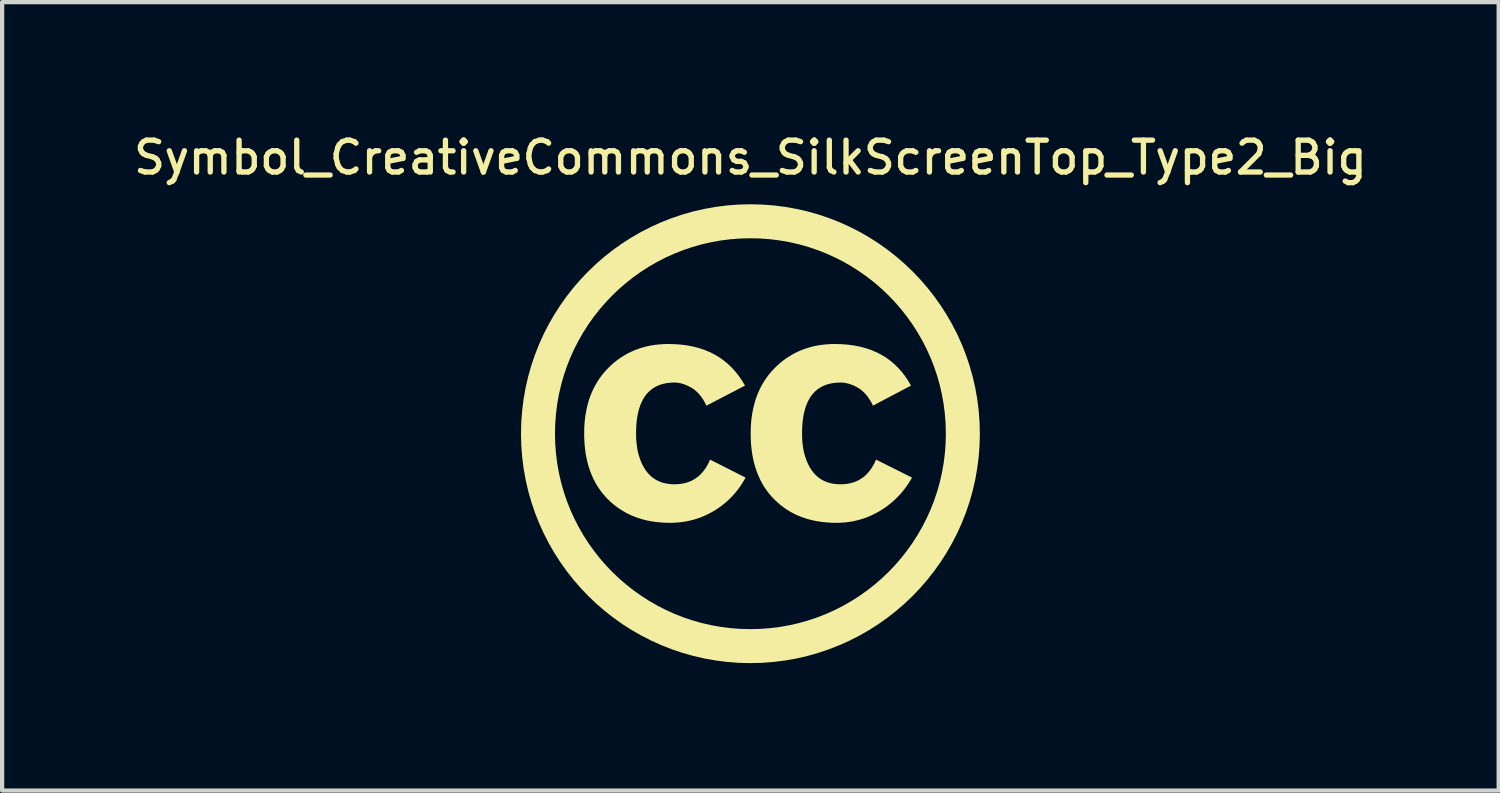
<source format=kicad_pcb>
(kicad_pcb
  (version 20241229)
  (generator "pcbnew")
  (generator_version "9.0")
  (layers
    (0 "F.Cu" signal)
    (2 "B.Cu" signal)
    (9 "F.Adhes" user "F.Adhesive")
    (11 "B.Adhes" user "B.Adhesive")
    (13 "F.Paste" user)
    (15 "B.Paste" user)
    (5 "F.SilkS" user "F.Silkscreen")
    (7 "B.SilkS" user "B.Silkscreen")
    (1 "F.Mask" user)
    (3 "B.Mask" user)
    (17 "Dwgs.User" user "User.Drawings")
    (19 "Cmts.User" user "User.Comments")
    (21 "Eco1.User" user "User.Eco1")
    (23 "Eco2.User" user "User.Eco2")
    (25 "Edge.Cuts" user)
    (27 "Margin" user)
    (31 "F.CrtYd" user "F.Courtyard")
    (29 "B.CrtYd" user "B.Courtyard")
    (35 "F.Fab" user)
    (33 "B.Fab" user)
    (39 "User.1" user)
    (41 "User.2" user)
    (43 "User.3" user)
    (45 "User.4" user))
  (footprint "Symbol_CreativeCommons_SilkScreenTop_Type2_Big"
    (layer "F.Cu")
    (at 14.613 7.158)
    (property "Reference" "Symbol_CreativeCommons_SilkScreenTop_Type2_Big" (at 0 -6.5 0) (layer "F.SilkS") (effects (font (size 0.75 0.75) (thickness 0.125))))
    (attr exclude_from_pos_files exclude_from_bom allow_missing_courtyard)
    (fp_circle (center 0 0) (end 5 0) (stroke (width 0.8) (type default)) (fill no) (layer "F.SilkS"))
    (fp_poly (pts (xy -1.775 -2.107) (xy -1.626 -2.096) (xy -1.483 -2.077) (xy -1.345 -2.05) (xy -1.213 -2.016) (xy -1.086 -1.974) (xy -0.965 -1.924) (xy -0.85 -1.867) (xy -0.74 -1.802) (xy -0.636 -1.729) (xy -0.537 -1.648) (xy -0.444 -1.56) (xy -0.357 -1.465) (xy -0.275 -1.361) (xy -0.198 -1.25) (xy -0.127 -1.132) (xy -0.127 -1.132) (xy -1.035 -0.66) (xy -1.053 -0.697) (xy -1.072 -0.733) (xy -1.092 -0.767) (xy -1.111 -0.8) (xy -1.132 -0.831) (xy -1.153 -0.861) (xy -1.174 -0.89) (xy -1.196 -0.917) (xy -1.219 -0.943) (xy -1.242 -0.967) (xy -1.266 -0.99) (xy -1.29 -1.011) (xy -1.314 -1.032) (xy -1.34 -1.05) (xy -1.365 -1.067) (xy -1.391 -1.083) (xy -1.418 -1.098) (xy -1.444 -1.112) (xy -1.47 -1.124) (xy -1.495 -1.136) (xy -1.521 -1.147) (xy -1.546 -1.157) (xy -1.571 -1.166) (xy -1.596 -1.174) (xy -1.62 -1.181) (xy -1.644 -1.187) (xy -1.668 -1.192) (xy -1.692 -1.197) (xy -1.715 -1.2) (xy -1.739 -1.202) (xy -1.762 -1.204) (xy -1.785 -1.204) (xy -1.84 -1.203) (xy -1.894 -1.199) (xy -1.947 -1.194) (xy -1.997 -1.185) (xy -2.046 -1.175) (xy -2.093 -1.162) (xy -2.138 -1.147) (xy -2.181 -1.129) (xy -2.223 -1.109) (xy -2.263 -1.087) (xy -2.301 -1.063) (xy -2.337 -1.036) (xy -2.372 -1.007) (xy -2.405 -0.975) (xy -2.436 -0.941) (xy -2.465 -0.905) (xy -2.492 -0.866) (xy -2.518 -0.825) (xy -2.542 -0.782) (xy -2.564 -0.736) (xy -2.585 -0.689) (xy -2.603 -0.638) (xy -2.62 -0.586) (xy -2.635 -0.531) (xy -2.648 -0.473) (xy -2.66 -0.414) (xy -2.67 -0.352) (xy -2.678 -0.287) (xy -2.684 -0.221) (xy -2.688 -0.152) (xy -2.691 -0.08) (xy -2.692 -0.007) (xy -2.691 0.06) (xy -2.688 0.126) (xy -2.684 0.19) (xy -2.677 0.252) (xy -2.669 0.312) (xy -2.66 0.371) (xy -2.648 0.428) (xy -2.634 0.483) (xy -2.619 0.536) (xy -2.602 0.588) (xy -2.583 0.638) (xy -2.563 0.687) (xy -2.54 0.734) (xy -2.516 0.779) (xy -2.49 0.822) (xy -2.462 0.864) (xy -2.433 0.903) (xy -2.401 0.94) (xy -2.368 0.975) (xy -2.334 1.007) (xy -2.316 1.022) (xy -2.297 1.036) (xy -2.278 1.05) (xy -2.259 1.063) (xy -2.239 1.075) (xy -2.219 1.087) (xy -2.199 1.098) (xy -2.178 1.109) (xy -2.135 1.128) (xy -2.09 1.145) (xy -2.043 1.159) (xy -1.995 1.17) (xy -1.945 1.179) (xy -1.893 1.186) (xy -1.84 1.189) (xy -1.785 1.191) (xy -1.712 1.188) (xy -1.642 1.182) (xy -1.575 1.17) (xy -1.51 1.154) (xy -1.448 1.134) (xy -1.389 1.109) (xy -1.333 1.079) (xy -1.28 1.045) (xy -1.229 1.007) (xy -1.181 0.964) (xy -1.135 0.916) (xy -1.093 0.864) (xy -1.053 0.807) (xy -1.016 0.746) (xy -0.981 0.68) (xy -0.95 0.61) (xy -0.115 1.033) (xy -0.149 1.095) (xy -0.185 1.154) (xy -0.222 1.212) (xy -0.261 1.268) (xy -0.302 1.323) (xy -0.344 1.376) (xy -0.388 1.427) (xy -0.433 1.477) (xy -0.48 1.524) (xy -0.528 1.571) (xy -0.578 1.615) (xy -0.63 1.658) (xy -0.684 1.7) (xy -0.739 1.739) (xy -0.795 1.777) (xy -0.853 1.814) (xy -0.913 1.848) (xy -0.973 1.88) (xy -1.033 1.91) (xy -1.095 1.938) (xy -1.157 1.964) (xy -1.22 1.987) (xy -1.284 2.008) (xy -1.349 2.027) (xy -1.414 2.043) (xy -1.481 2.058) (xy -1.547 2.07) (xy -1.615 2.08) (xy -1.684 2.088) (xy -1.753 2.093) (xy -1.823 2.097) (xy -1.893 2.098) (xy -2.005 2.096) (xy -2.115 2.089) (xy -2.221 2.078) (xy -2.325 2.063) (xy -2.426 2.044) (xy -2.524 2.02) (xy -2.62 1.991) (xy -2.713 1.959) (xy -2.803 1.922) (xy -2.89 1.881) (xy -2.975 1.835) (xy -3.057 1.785) (xy -3.136 1.731) (xy -3.213 1.672) (xy -3.286 1.609) (xy -3.357 1.541) (xy -3.424 1.47) (xy -3.487 1.396) (xy -3.546 1.317) (xy -3.6 1.236) (xy -3.65 1.151) (xy -3.696 1.063) (xy -3.737 0.971) (xy -3.774 0.876) (xy -3.807 0.778) (xy -3.835 0.676) (xy -3.859 0.571) (xy -3.879 0.462) (xy -3.894 0.35) (xy -3.905 0.235) (xy -3.911 0.116) (xy -3.913 -0.007) (xy -3.911 -0.126) (xy -3.905 -0.242) (xy -3.894 -0.355) (xy -3.878 -0.465) (xy -3.858 -0.572) (xy -3.834 -0.676) (xy -3.806 -0.777) (xy -3.773 -0.874) (xy -3.735 -0.969) (xy -3.694 -1.06) (xy -3.647 -1.148) (xy -3.597 -1.233) (xy -3.542 -1.315) (xy -3.483 -1.394) (xy -3.419 -1.47) (xy -3.351 -1.543) (xy -3.28 -1.611) (xy -3.206 -1.676) (xy -3.13 -1.736) (xy -3.051 -1.791) (xy -2.971 -1.842) (xy -2.888 -1.889) (xy -2.802 -1.931) (xy -2.714 -1.969) (xy -2.625 -2.002) (xy -2.532 -2.031) (xy -2.438 -2.056) (xy -2.341 -2.076) (xy -2.241 -2.091) (xy -2.14 -2.102) (xy -2.036 -2.109) (xy -1.93 -2.111)) (stroke (width 0) (type solid)) (fill yes) (layer "F.SilkS"))
    (fp_poly (pts (xy 2.144 -2.107) (xy 2.292 -2.096) (xy 2.435 -2.077) (xy 2.573 -2.05) (xy 2.705 -2.016) (xy 2.831 -1.974) (xy 2.951 -1.924) (xy 3.066 -1.867) (xy 3.175 -1.802) (xy 3.278 -1.729) (xy 3.376 -1.648) (xy 3.468 -1.56) (xy 3.554 -1.465) (xy 3.635 -1.361) (xy 3.71 -1.25) (xy 3.779 -1.132) (xy 3.779 -1.132) (xy 2.884 -0.66) (xy 2.866 -0.697) (xy 2.847 -0.733) (xy 2.828 -0.767) (xy 2.808 -0.8) (xy 2.787 -0.831) (xy 2.766 -0.861) (xy 2.745 -0.89) (xy 2.722 -0.917) (xy 2.7 -0.943) (xy 2.677 -0.967) (xy 2.653 -0.99) (xy 2.629 -1.011) (xy 2.604 -1.032) (xy 2.579 -1.05) (xy 2.554 -1.067) (xy 2.527 -1.083) (xy 2.501 -1.098) (xy 2.475 -1.112) (xy 2.449 -1.124) (xy 2.423 -1.136) (xy 2.397 -1.147) (xy 2.371 -1.157) (xy 2.345 -1.166) (xy 2.32 -1.174) (xy 2.295 -1.181) (xy 2.27 -1.187) (xy 2.245 -1.192) (xy 2.22 -1.197) (xy 2.195 -1.2) (xy 2.171 -1.202) (xy 2.146 -1.204) (xy 2.122 -1.204) (xy 2.067 -1.203) (xy 2.012 -1.199) (xy 1.96 -1.194) (xy 1.91 -1.185) (xy 1.861 -1.175) (xy 1.814 -1.162) (xy 1.769 -1.147) (xy 1.725 -1.129) (xy 1.684 -1.109) (xy 1.644 -1.087) (xy 1.606 -1.063) (xy 1.569 -1.036) (xy 1.535 -1.007) (xy 1.502 -0.975) (xy 1.471 -0.941) (xy 1.442 -0.905) (xy 1.414 -0.866) (xy 1.389 -0.825) (xy 1.365 -0.782) (xy 1.343 -0.736) (xy 1.322 -0.689) (xy 1.304 -0.638) (xy 1.287 -0.586) (xy 1.272 -0.531) (xy 1.258 -0.473) (xy 1.247 -0.414) (xy 1.237 -0.352) (xy 1.229 -0.287) (xy 1.223 -0.221) (xy 1.218 -0.152) (xy 1.216 -0.08) (xy 1.215 -0.007) (xy 1.216 0.06) (xy 1.219 0.126) (xy 1.223 0.19) (xy 1.229 0.252) (xy 1.237 0.312) (xy 1.247 0.371) (xy 1.259 0.428) (xy 1.272 0.483) (xy 1.288 0.536) (xy 1.305 0.588) (xy 1.324 0.638) (xy 1.344 0.687) (xy 1.367 0.734) (xy 1.391 0.779) (xy 1.417 0.822) (xy 1.445 0.864) (xy 1.474 0.903) (xy 1.506 0.94) (xy 1.539 0.975) (xy 1.556 0.991) (xy 1.573 1.007) (xy 1.591 1.022) (xy 1.61 1.036) (xy 1.628 1.05) (xy 1.648 1.063) (xy 1.667 1.075) (xy 1.687 1.087) (xy 1.708 1.098) (xy 1.729 1.109) (xy 1.772 1.128) (xy 1.817 1.145) (xy 1.864 1.159) (xy 1.912 1.17) (xy 1.962 1.179) (xy 2.014 1.186) (xy 2.067 1.189) (xy 2.122 1.191) (xy 2.195 1.188) (xy 2.265 1.182) (xy 2.332 1.17) (xy 2.397 1.154) (xy 2.458 1.134) (xy 2.517 1.109) (xy 2.574 1.079) (xy 2.627 1.045) (xy 2.678 1.007) (xy 2.726 0.964) (xy 2.771 0.916) (xy 2.814 0.864) (xy 2.854 0.807) (xy 2.891 0.746) (xy 2.925 0.68) (xy 2.957 0.61) (xy 3.803 1.033) (xy 3.768 1.095) (xy 3.731 1.154) (xy 3.692 1.212) (xy 3.652 1.268) (xy 3.611 1.323) (xy 3.567 1.376) (xy 3.523 1.427) (xy 3.477 1.477) (xy 3.429 1.524) (xy 3.38 1.571) (xy 3.329 1.615) (xy 3.277 1.658) (xy 3.224 1.7) (xy 3.168 1.739) (xy 3.112 1.777) (xy 3.054 1.814) (xy 2.994 1.848) (xy 2.934 1.88) (xy 2.874 1.91) (xy 2.812 1.938) (xy 2.751 1.964) (xy 2.688 1.987) (xy 2.625 2.008) (xy 2.561 2.027) (xy 2.496 2.043) (xy 2.431 2.058) (xy 2.365 2.07) (xy 2.298 2.08) (xy 2.231 2.088) (xy 2.163 2.093) (xy 2.095 2.097) (xy 2.026 2.098) (xy 1.912 2.096) (xy 1.802 2.089) (xy 1.694 2.078) (xy 1.589 2.063) (xy 1.487 2.044) (xy 1.388 2.02) (xy 1.292 1.991) (xy 1.199 1.959) (xy 1.108 1.922) (xy 1.021 1.881) (xy 0.936 1.835) (xy 0.854 1.785) (xy 0.776 1.731) (xy 0.7 1.672) (xy 0.627 1.609) (xy 0.556 1.541) (xy 0.49 1.47) (xy 0.427 1.396) (xy 0.369 1.317) (xy 0.315 1.236) (xy 0.266 1.151) (xy 0.221 1.063) (xy 0.18 0.971) (xy 0.143 0.876) (xy 0.111 0.778) (xy 0.083 0.676) (xy 0.059 0.571) (xy 0.04 0.462) (xy 0.025 0.35) (xy 0.014 0.235) (xy 0.008 0.116) (xy 0.006 -0.007) (xy 0.008 -0.126) (xy 0.014 -0.242) (xy 0.025 -0.355) (xy 0.041 -0.465) (xy 0.061 -0.572) (xy 0.085 -0.676) (xy 0.113 -0.777) (xy 0.146 -0.874) (xy 0.184 -0.969) (xy 0.225 -1.06) (xy 0.271 -1.148) (xy 0.322 -1.233) (xy 0.377 -1.315) (xy 0.436 -1.394) (xy 0.5 -1.47) (xy 0.568 -1.543) (xy 0.64 -1.611) (xy 0.713 -1.676) (xy 0.789 -1.736) (xy 0.868 -1.791) (xy 0.949 -1.842) (xy 1.032 -1.889) (xy 1.117 -1.931) (xy 1.205 -1.969) (xy 1.294 -2.002) (xy 1.387 -2.031) (xy 1.481 -2.056) (xy 1.578 -2.076) (xy 1.678 -2.091) (xy 1.779 -2.102) (xy 1.883 -2.109) (xy 1.989 -2.111)) (stroke (width 0) (type solid)) (fill yes) (layer "F.SilkS")))
  (gr_rect
    (start -3 -3)
    (end 32.225 15.558)
    (stroke (width 0.1) (type default))
    (fill no)
    (layer "Edge.Cuts")))
</source>
